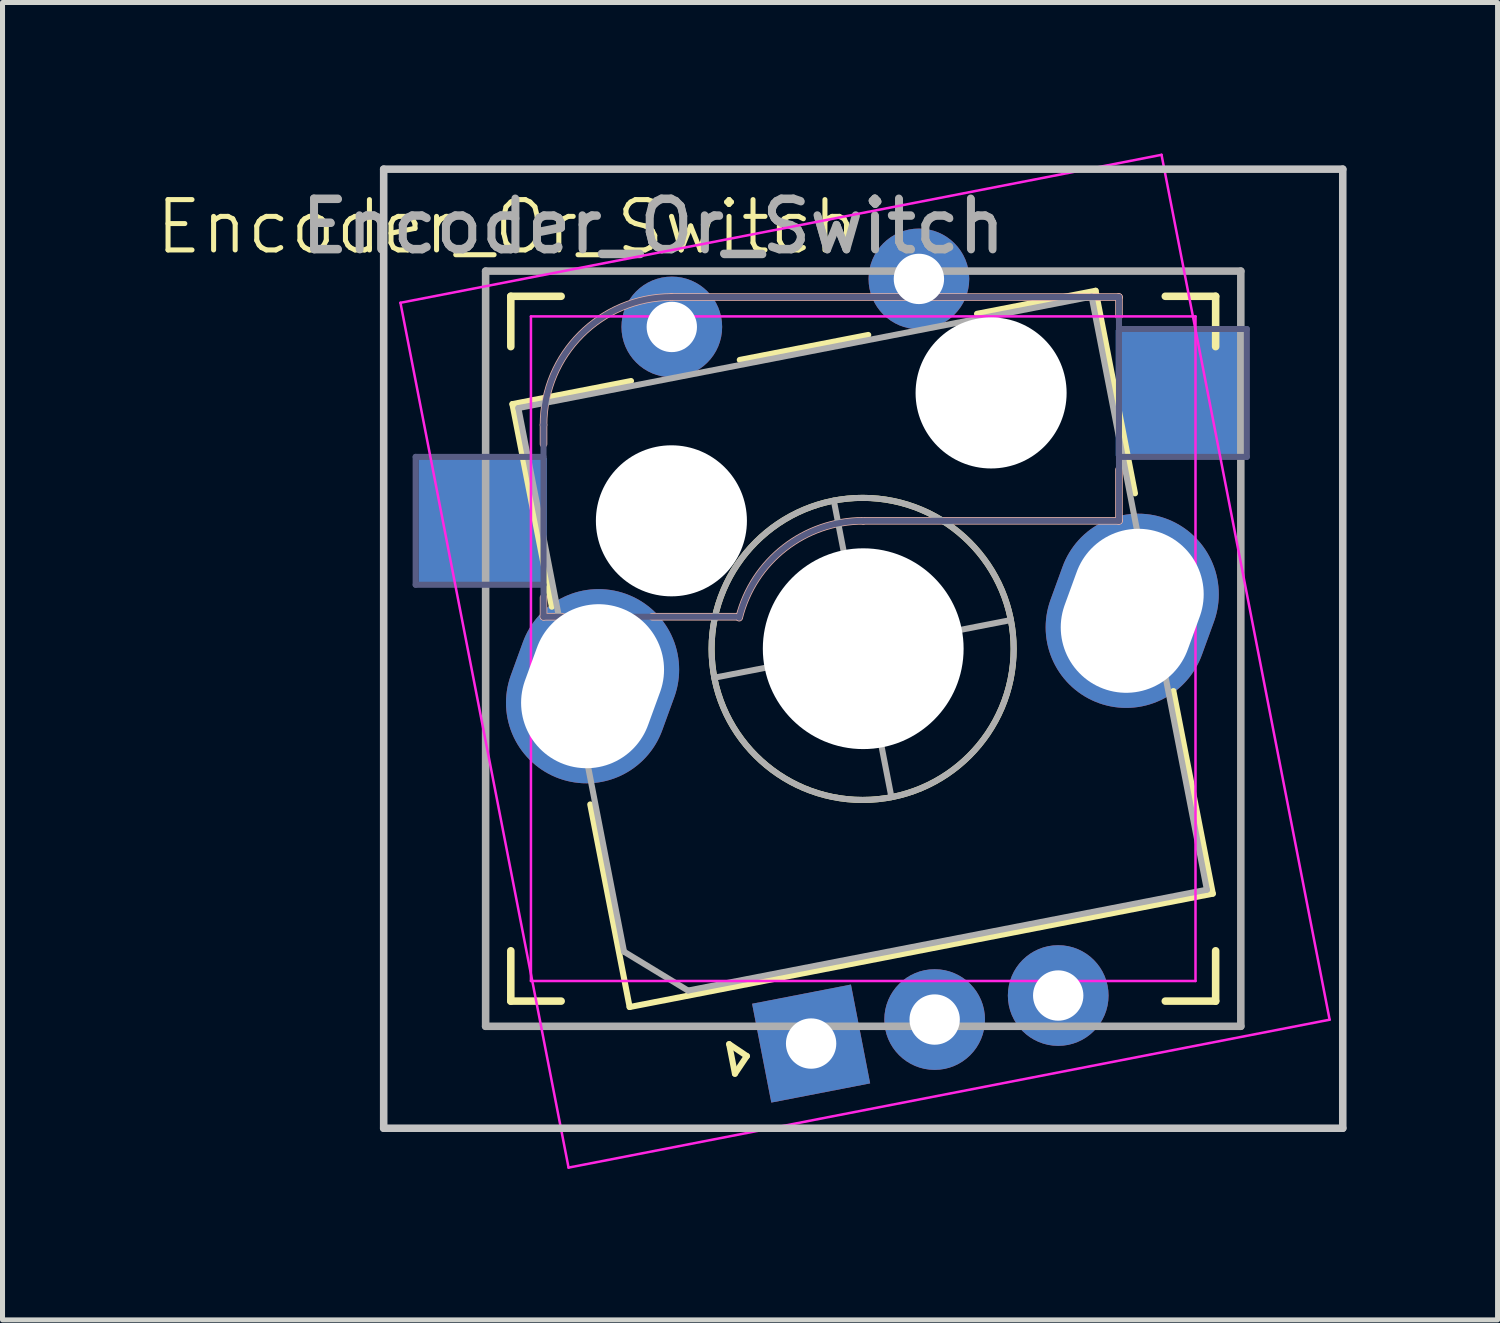
<source format=kicad_pcb>
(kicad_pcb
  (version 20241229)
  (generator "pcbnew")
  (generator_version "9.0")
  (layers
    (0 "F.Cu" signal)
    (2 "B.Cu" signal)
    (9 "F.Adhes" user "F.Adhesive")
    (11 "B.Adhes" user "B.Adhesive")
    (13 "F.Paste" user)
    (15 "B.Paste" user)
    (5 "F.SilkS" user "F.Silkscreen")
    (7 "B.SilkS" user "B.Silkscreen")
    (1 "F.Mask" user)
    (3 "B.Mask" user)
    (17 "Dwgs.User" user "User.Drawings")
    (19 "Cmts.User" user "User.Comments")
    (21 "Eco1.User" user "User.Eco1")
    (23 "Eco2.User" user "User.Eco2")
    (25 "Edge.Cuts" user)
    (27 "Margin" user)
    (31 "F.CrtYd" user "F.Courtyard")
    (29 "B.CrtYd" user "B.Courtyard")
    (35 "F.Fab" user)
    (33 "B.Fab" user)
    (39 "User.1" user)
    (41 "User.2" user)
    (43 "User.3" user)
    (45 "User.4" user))
  (footprint "Encoder_Or_Switch"
    (layer "F.Cu")
    (at 14.096 9.835)
    (property "Reference" "Encoder_Or_Switch" (at -7.07 -8.378 0) (unlocked yes) (layer "F.SilkS") (effects (font (size 1 1) (thickness 0.1))))
    (attr through_hole)
    (fp_line (start -7 -6) (end -7 -7) (stroke (width 0.15) (type solid)) (layer "F.SilkS"))
    (fp_line (start -7 7) (end -7 6) (stroke (width 0.15) (type solid)) (layer "F.SilkS"))
    (fp_line (start -7 7) (end -6 7) (stroke (width 0.15) (type solid)) (layer "F.SilkS"))
    (fp_line (start -6.968 -4.859) (end -4.612 -5.317) (stroke (width 0.12) (type solid)) (layer "F.SilkS"))
    (fp_line (start -6.185 -0.834) (end -6.968 -4.859) (stroke (width 0.12) (type solid)) (layer "F.SilkS"))
    (fp_line (start -6 -7) (end -7 -7) (stroke (width 0.15) (type solid)) (layer "F.SilkS"))
    (fp_line (start -5.422 3.093) (end -4.64 7.117) (stroke (width 0.12) (type solid)) (layer "F.SilkS"))
    (fp_line (start -4.64 7.117) (end 6.944 4.866) (stroke (width 0.12) (type solid)) (layer "F.SilkS"))
    (fp_line (start -2.663 7.854) (end -2.311 8.091) (stroke (width 0.12) (type solid)) (layer "F.SilkS"))
    (fp_line (start -2.548 8.443) (end -2.663 7.854) (stroke (width 0.12) (type solid)) (layer "F.SilkS"))
    (fp_line (start -2.452 -5.736) (end 0.1 -6.232) (stroke (width 0.12) (type solid)) (layer "F.SilkS"))
    (fp_line (start -2.311 8.091) (end -2.548 8.443) (stroke (width 0.12) (type solid)) (layer "F.SilkS"))
    (fp_line (start -0.503 0.099) (end 0.479 -0.092) (stroke (width 0.12) (type solid)) (layer "F.SilkS"))
    (fp_line (start 0.083 0.494) (end -0.107 -0.487) (stroke (width 0.12) (type solid)) (layer "F.SilkS"))
    (fp_line (start 2.26 -6.652) (end 4.616 -7.11) (stroke (width 0.12) (type solid)) (layer "F.SilkS"))
    (fp_line (start 4.616 -7.11) (end 5.398 -3.086) (stroke (width 0.12) (type solid)) (layer "F.SilkS"))
    (fp_line (start 6 7) (end 7 7) (stroke (width 0.15) (type solid)) (layer "F.SilkS"))
    (fp_line (start 6.161 0.841) (end 6.944 4.866) (stroke (width 0.12) (type solid)) (layer "F.SilkS"))
    (fp_line (start 7 -7) (end 6 -7) (stroke (width 0.15) (type solid)) (layer "F.SilkS"))
    (fp_line (start 7 -7) (end 7 -6) (stroke (width 0.15) (type solid)) (layer "F.SilkS"))
    (fp_line (start 7 6) (end 7 7) (stroke (width 0.15) (type solid)) (layer "F.SilkS"))
    (fp_circle (center -0.012 0.004) (end -0.584 -2.941) (stroke (width 0.12) (type solid)) (fill no) (layer "F.SilkS"))
    (fp_line (start -6.35 -4.445) (end -6.35 -4.064) (stroke (width 0.15) (type solid)) (layer "B.SilkS"))
    (fp_line (start -6.35 -1.016) (end -6.35 -0.635) (stroke (width 0.15) (type solid)) (layer "B.SilkS"))
    (fp_line (start -5.969 -0.635) (end -6.35 -0.635) (stroke (width 0.15) (type solid)) (layer "B.SilkS"))
    (fp_line (start -3.81 -6.985) (end 5.08 -6.985) (stroke (width 0.15) (type solid)) (layer "B.SilkS"))
    (fp_line (start -2.464 -0.635) (end -4.191 -0.635) (stroke (width 0.15) (type solid)) (layer "B.SilkS"))
    (fp_line (start 5.08 -6.985) (end 5.08 -6.604) (stroke (width 0.15) (type solid)) (layer "B.SilkS"))
    (fp_line (start 5.08 -3.556) (end 5.08 -2.54) (stroke (width 0.15) (type solid)) (layer "B.SilkS"))
    (fp_line (start 5.08 -2.54) (end 0 -2.54) (stroke (width 0.15) (type solid)) (layer "B.SilkS"))
    (fp_arc (start -6.35 -4.444999) (mid -5.606051 -6.24105) (end -3.81 -6.984999) (stroke (width 0.15) (type solid)) (layer "B.SilkS"))
    (fp_arc (start -2.464162 -0.616039) (mid -1.563147 -2.002041) (end 0 -2.539999) (stroke (width 0.15) (type solid)) (layer "B.SilkS"))
    (fp_line (start -9.525 -9.525) (end 9.525 -9.525) (stroke (width 0.15) (type solid)) (layer "Dwgs.User"))
    (fp_line (start -9.525 9.525) (end -9.525 -9.525) (stroke (width 0.15) (type solid)) (layer "Dwgs.User"))
    (fp_line (start 9.525 -9.525) (end 9.525 9.525) (stroke (width 0.15) (type solid)) (layer "Dwgs.User"))
    (fp_line (start 9.525 9.525) (end -9.525 9.525) (stroke (width 0.15) (type solid)) (layer "Dwgs.User"))
    (fp_line (start -6.9 6.9) (end -6.9 -6.9) (stroke (width 0.15) (type solid)) (layer "Eco2.User"))
    (fp_line (start -6.9 6.9) (end 6.9 6.9) (stroke (width 0.15) (type solid)) (layer "Eco2.User"))
    (fp_line (start 6.9 -6.9) (end -6.9 -6.9) (stroke (width 0.15) (type solid)) (layer "Eco2.User"))
    (fp_line (start 6.9 -6.9) (end 6.9 6.9) (stroke (width 0.15) (type solid)) (layer "Eco2.User"))
    (fp_line (start -6.6 -6.6) (end 6.6 -6.6) (stroke (width 0.05) (type solid)) (layer "F.CrtYd"))
    (fp_line (start -6.6 6.6) (end -6.6 -6.6) (stroke (width 0.05) (type solid)) (layer "F.CrtYd"))
    (fp_line (start -5.853 10.307) (end -9.192 -6.871) (stroke (width 0.05) (type solid)) (layer "F.CrtYd"))
    (fp_line (start -5.853 10.307) (end 9.264 7.369) (stroke (width 0.05) (type solid)) (layer "F.CrtYd"))
    (fp_line (start 5.925 -9.81) (end -9.192 -6.871) (stroke (width 0.05) (type solid)) (layer "F.CrtYd"))
    (fp_line (start 5.925 -9.81) (end 9.264 7.369) (stroke (width 0.05) (type solid)) (layer "F.CrtYd"))
    (fp_line (start 6.6 -6.6) (end 6.6 6.6) (stroke (width 0.05) (type solid)) (layer "F.CrtYd"))
    (fp_line (start 6.6 6.6) (end -6.6 6.6) (stroke (width 0.05) (type solid)) (layer "F.CrtYd"))
    (fp_line (start -8.89 -3.81) (end -6.35 -3.81) (stroke (width 0.12) (type solid)) (layer "B.Fab"))
    (fp_line (start -8.89 -1.27) (end -8.89 -3.81) (stroke (width 0.12) (type solid)) (layer "B.Fab"))
    (fp_line (start -6.35 -1.27) (end -8.89 -1.27) (stroke (width 0.12) (type solid)) (layer "B.Fab"))
    (fp_line (start -6.35 -0.635) (end -6.35 -4.445) (stroke (width 0.12) (type solid)) (layer "B.Fab"))
    (fp_line (start -6.35 -0.635) (end -2.54 -0.635) (stroke (width 0.12) (type solid)) (layer "B.Fab"))
    (fp_line (start -3.81 -6.985) (end 5.08 -6.985) (stroke (width 0.12) (type solid)) (layer "B.Fab"))
    (fp_line (start 5.08 -6.985) (end 5.08 -2.54) (stroke (width 0.12) (type solid)) (layer "B.Fab"))
    (fp_line (start 5.08 -6.35) (end 7.62 -6.35) (stroke (width 0.12) (type solid)) (layer "B.Fab"))
    (fp_line (start 5.08 -2.54) (end 0 -2.54) (stroke (width 0.12) (type solid)) (layer "B.Fab"))
    (fp_line (start 7.62 -6.35) (end 7.62 -3.81) (stroke (width 0.12) (type solid)) (layer "B.Fab"))
    (fp_line (start 7.62 -3.81) (end 5.08 -3.81) (stroke (width 0.12) (type solid)) (layer "B.Fab"))
    (fp_arc (start -6.35 -4.444999) (mid -5.606051 -6.24105) (end -3.81 -6.984999) (stroke (width 0.12) (type solid)) (layer "B.Fab"))
    (fp_arc (start -2.464162 -0.616039) (mid -1.563147 -2.002041) (end 0 -2.539999) (stroke (width 0.12) (type solid)) (layer "B.Fab"))
    (fp_line (start -7.5 -7.5) (end 7.5 -7.5) (stroke (width 0.15) (type solid)) (layer "F.Fab"))
    (fp_line (start -7.5 7.5) (end -7.5 -7.5) (stroke (width 0.15) (type solid)) (layer "F.Fab"))
    (fp_line (start -6.85 -4.78) (end 4.537 -6.993) (stroke (width 0.12) (type solid)) (layer "F.Fab"))
    (fp_line (start -4.751 6.018) (end -6.85 -4.78) (stroke (width 0.12) (type solid)) (layer "F.Fab"))
    (fp_line (start -3.481 6.79) (end -4.751 6.018) (stroke (width 0.12) (type solid)) (layer "F.Fab"))
    (fp_line (start -2.957 0.576) (end 2.933 -0.569) (stroke (width 0.12) (type solid)) (layer "F.Fab"))
    (fp_line (start 0.56 2.948) (end -0.584 -2.941) (stroke (width 0.12) (type solid)) (layer "F.Fab"))
    (fp_line (start 4.537 -6.993) (end 6.826 4.787) (stroke (width 0.12) (type solid)) (layer "F.Fab"))
    (fp_line (start 6.826 4.787) (end -3.481 6.79) (stroke (width 0.12) (type solid)) (layer "F.Fab"))
    (fp_line (start 7.5 -7.5) (end 7.5 7.5) (stroke (width 0.15) (type solid)) (layer "F.Fab"))
    (fp_line (start 7.5 7.5) (end -7.5 7.5) (stroke (width 0.15) (type solid)) (layer "F.Fab"))
    (fp_circle (center -0.012 0.004) (end -0.584 -2.941) (stroke (width 0.12) (type solid)) (fill no) (layer "F.Fab"))
    (fp_text user "${REFERENCE}" (at -4.174 -8.401 0) (unlocked yes) (layer "F.Fab") (effects (font (size 1 1) (thickness 0.15))))
    (fp_text user "${REFERENCE}" (at -4.166 -8.382 0) (layer "F.Fab") (effects (font (size 1 1) (thickness 0.15))))
    (pad "" np_thru_hole circle (at -3.81 -2.54) (size 3 3) (drill 3) (layers "*.Cu" "*.Mask"))
    (pad "" np_thru_hole circle (at 0 0.000001 359) (size 3.988 3.988) (drill 3.988) (layers "*.Cu" "*.Mask"))
    (pad "" np_thru_hole circle (at 2.54 -5.08) (size 3 3) (drill 3) (layers "*.Cu" "*.Mask"))
    (pad "A" thru_hole rect (at -1.035 7.843 101) (size 2 2) (drill 1) (layers "*.Cu" "*.Mask"))
    (pad "B" thru_hole circle (at 3.873 6.889 101) (size 2 2) (drill 1) (layers "*.Cu" "*.Mask"))
    (pad "C" thru_hole circle (at 1.419 7.366 101) (size 2 2) (drill 1) (layers "*.Cu" "*.Mask"))
    (pad "MP" thru_hole oval (at -5.376 0.745 340) (size 3.2 3.9) (drill oval 2.6 3.3) (layers "*.Cu" "*.Mask"))
    (pad "MP" thru_hole oval (at 5.343 -0.753 340) (size 3.2 3.9) (drill oval 2.6 3.3) (layers "*.Cu" "*.Mask"))
    (pad "S1" thru_hole circle (at 1.106 -7.345 101) (size 2 2) (drill 1) (layers "*.Cu" "*.Mask"))
    (pad "S1" smd rect (at 6.29 -5.08) (size 2.55 2.5) (layers "B.Cu" "B.Mask" "B.Paste"))
    (pad "S2" smd rect (at -7.56 -2.54) (size 2.55 2.5) (layers "B.Cu" "B.Mask" "B.Paste"))
    (pad "S2" thru_hole circle (at -3.802 -6.391 101) (size 2 2) (drill 1) (layers "*.Cu" "*.Mask")))
  (gr_rect
    (start -3 -3)
    (end 26.696 23.167)
    (stroke (width 0.1) (type default))
    (fill no)
    (layer "Edge.Cuts")))
</source>
